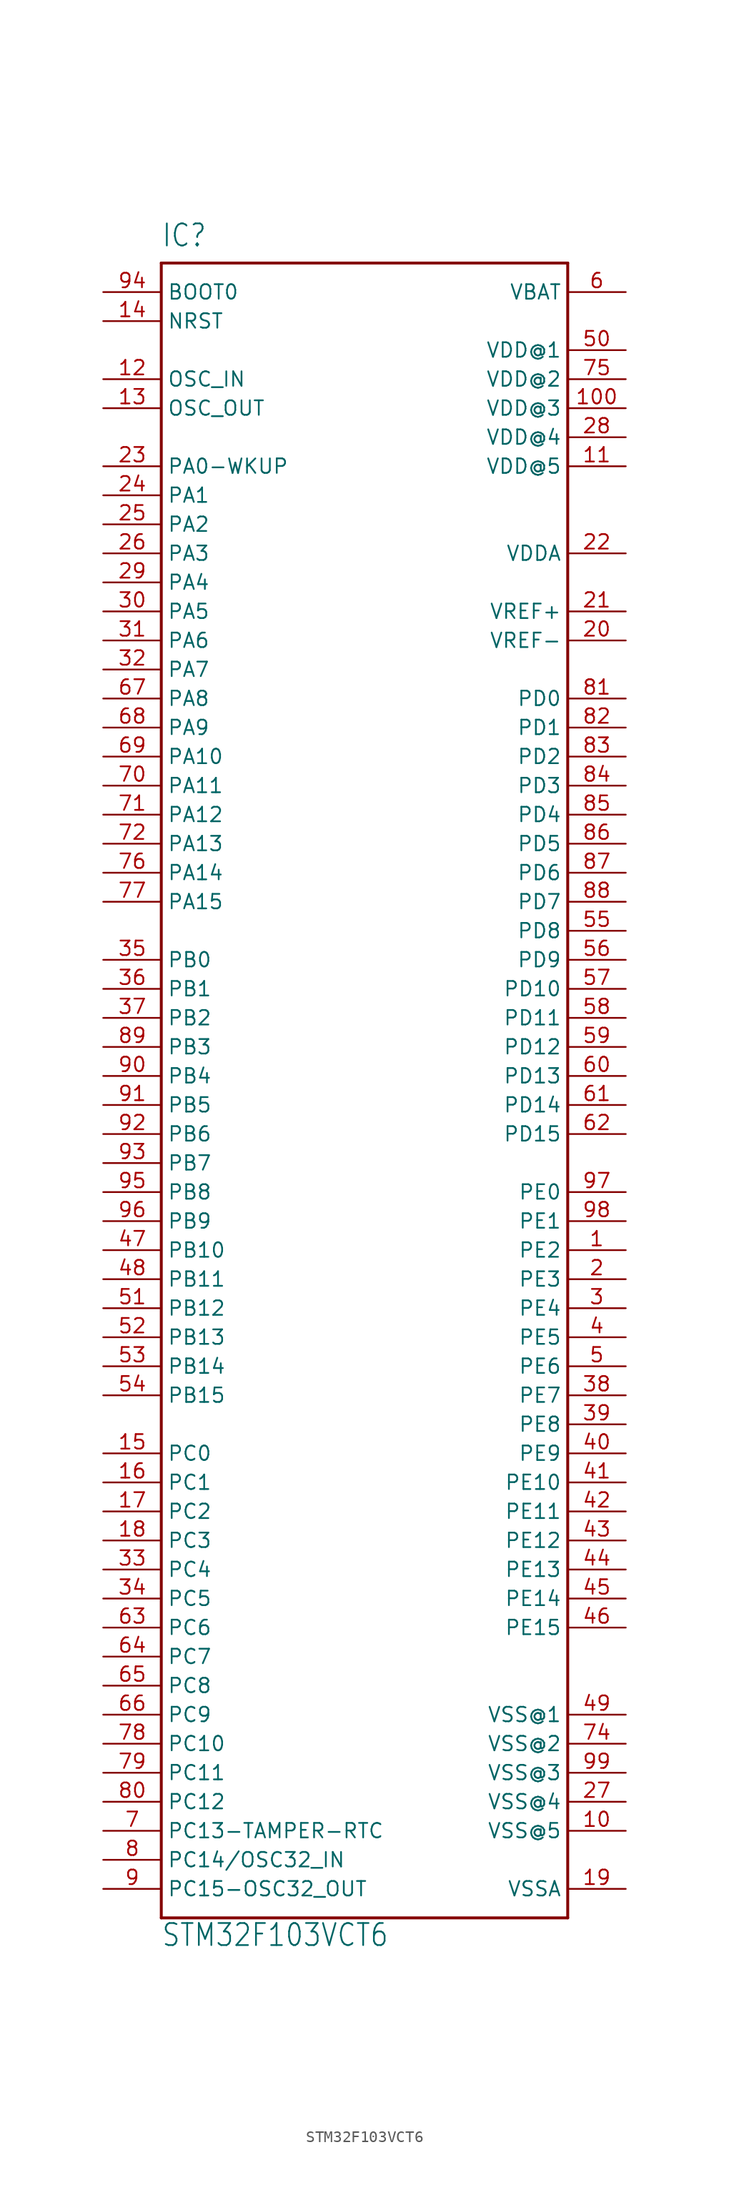
<source format=kicad_sym>
(kicad_symbol_lib
  (version 20211014)
  (generator kicad_symbol_editor)
  (symbol "STM32F103VCT6"
    (property "Reference" "IC"
      (at -17.786 80.033 0)
      (effects (font (size 1.93 1.641)) (justify left bottom)))
    (property "Value" "STM32F103VCT6"
      (at -17.799 -68.661 0)
      (effects (font (size 1.93 1.641)) (justify left bottom)))
    (property "ki_locked" ""
      (at 0 0 0)
      (effects (font (size 1.27 1.27))))
    (symbol "STM32F103VCT6_1_0"
      (polyline (pts (xy -17.78 -66.04) (xy 17.78 -66.04)) (stroke (width 0.254) (type default) (color 0 0 0 0)) (fill (type none)))
      (polyline (pts (xy -17.78 78.74) (xy -17.78 -66.04)) (stroke (width 0.254) (type default) (color 0 0 0 0)) (fill (type none)))
      (polyline (pts (xy 17.78 -66.04) (xy 17.78 78.74)) (stroke (width 0.254) (type default) (color 0 0 0 0)) (fill (type none)))
      (polyline (pts (xy 17.78 78.74) (xy -17.78 78.74)) (stroke (width 0.254) (type default) (color 0 0 0 0)) (fill (type none)))
      (pin bidirectional line (at 22.86 -7.62 180) (length 5.08) (name "PE2" (effects (font (size 1.27 1.27)))) (number "1" (effects (font (size 1.27 1.27)))))
      (pin power_in line (at 22.86 -58.42 180) (length 5.08) (name "VSS@5" (effects (font (size 1.27 1.27)))) (number "10" (effects (font (size 1.27 1.27)))))
      (pin power_in line (at 22.86 66.04 180) (length 5.08) (name "VDD@3" (effects (font (size 1.27 1.27)))) (number "100" (effects (font (size 1.27 1.27)))))
      (pin power_in line (at 22.86 60.96 180) (length 5.08) (name "VDD@5" (effects (font (size 1.27 1.27)))) (number "11" (effects (font (size 1.27 1.27)))))
      (pin input line (at -22.86 68.58 0) (length 5.08) (name "OSC_IN" (effects (font (size 1.27 1.27)))) (number "12" (effects (font (size 1.27 1.27)))))
      (pin output line (at -22.86 66.04 0) (length 5.08) (name "OSC_OUT" (effects (font (size 1.27 1.27)))) (number "13" (effects (font (size 1.27 1.27)))))
      (pin bidirectional line (at -22.86 73.66 0) (length 5.08) (name "NRST" (effects (font (size 1.27 1.27)))) (number "14" (effects (font (size 1.27 1.27)))))
      (pin bidirectional line (at -22.86 -25.4 0) (length 5.08) (name "PC0" (effects (font (size 1.27 1.27)))) (number "15" (effects (font (size 1.27 1.27)))))
      (pin bidirectional line (at -22.86 -27.94 0) (length 5.08) (name "PC1" (effects (font (size 1.27 1.27)))) (number "16" (effects (font (size 1.27 1.27)))))
      (pin bidirectional line (at -22.86 -30.48 0) (length 5.08) (name "PC2" (effects (font (size 1.27 1.27)))) (number "17" (effects (font (size 1.27 1.27)))))
      (pin bidirectional line (at -22.86 -33.02 0) (length 5.08) (name "PC3" (effects (font (size 1.27 1.27)))) (number "18" (effects (font (size 1.27 1.27)))))
      (pin power_in line (at 22.86 -63.5 180) (length 5.08) (name "VSSA" (effects (font (size 1.27 1.27)))) (number "19" (effects (font (size 1.27 1.27)))))
      (pin bidirectional line (at 22.86 -10.16 180) (length 5.08) (name "PE3" (effects (font (size 1.27 1.27)))) (number "2" (effects (font (size 1.27 1.27)))))
      (pin power_in line (at 22.86 45.72 180) (length 5.08) (name "VREF-" (effects (font (size 1.27 1.27)))) (number "20" (effects (font (size 1.27 1.27)))))
      (pin power_in line (at 22.86 48.26 180) (length 5.08) (name "VREF+" (effects (font (size 1.27 1.27)))) (number "21" (effects (font (size 1.27 1.27)))))
      (pin power_in line (at 22.86 53.34 180) (length 5.08) (name "VDDA" (effects (font (size 1.27 1.27)))) (number "22" (effects (font (size 1.27 1.27)))))
      (pin bidirectional line (at -22.86 60.96 0) (length 5.08) (name "PA0-WKUP" (effects (font (size 1.27 1.27)))) (number "23" (effects (font (size 1.27 1.27)))))
      (pin bidirectional line (at -22.86 58.42 0) (length 5.08) (name "PA1" (effects (font (size 1.27 1.27)))) (number "24" (effects (font (size 1.27 1.27)))))
      (pin bidirectional line (at -22.86 55.88 0) (length 5.08) (name "PA2" (effects (font (size 1.27 1.27)))) (number "25" (effects (font (size 1.27 1.27)))))
      (pin bidirectional line (at -22.86 53.34 0) (length 5.08) (name "PA3" (effects (font (size 1.27 1.27)))) (number "26" (effects (font (size 1.27 1.27)))))
      (pin power_in line (at 22.86 -55.88 180) (length 5.08) (name "VSS@4" (effects (font (size 1.27 1.27)))) (number "27" (effects (font (size 1.27 1.27)))))
      (pin power_in line (at 22.86 63.5 180) (length 5.08) (name "VDD@4" (effects (font (size 1.27 1.27)))) (number "28" (effects (font (size 1.27 1.27)))))
      (pin bidirectional line (at -22.86 50.8 0) (length 5.08) (name "PA4" (effects (font (size 1.27 1.27)))) (number "29" (effects (font (size 1.27 1.27)))))
      (pin bidirectional line (at 22.86 -12.7 180) (length 5.08) (name "PE4" (effects (font (size 1.27 1.27)))) (number "3" (effects (font (size 1.27 1.27)))))
      (pin bidirectional line (at -22.86 48.26 0) (length 5.08) (name "PA5" (effects (font (size 1.27 1.27)))) (number "30" (effects (font (size 1.27 1.27)))))
      (pin bidirectional line (at -22.86 45.72 0) (length 5.08) (name "PA6" (effects (font (size 1.27 1.27)))) (number "31" (effects (font (size 1.27 1.27)))))
      (pin bidirectional line (at -22.86 43.18 0) (length 5.08) (name "PA7" (effects (font (size 1.27 1.27)))) (number "32" (effects (font (size 1.27 1.27)))))
      (pin bidirectional line (at -22.86 -35.56 0) (length 5.08) (name "PC4" (effects (font (size 1.27 1.27)))) (number "33" (effects (font (size 1.27 1.27)))))
      (pin bidirectional line (at -22.86 -38.1 0) (length 5.08) (name "PC5" (effects (font (size 1.27 1.27)))) (number "34" (effects (font (size 1.27 1.27)))))
      (pin bidirectional line (at -22.86 17.78 0) (length 5.08) (name "PB0" (effects (font (size 1.27 1.27)))) (number "35" (effects (font (size 1.27 1.27)))))
      (pin bidirectional line (at -22.86 15.24 0) (length 5.08) (name "PB1" (effects (font (size 1.27 1.27)))) (number "36" (effects (font (size 1.27 1.27)))))
      (pin bidirectional line (at -22.86 12.7 0) (length 5.08) (name "PB2" (effects (font (size 1.27 1.27)))) (number "37" (effects (font (size 1.27 1.27)))))
      (pin bidirectional line (at 22.86 -20.32 180) (length 5.08) (name "PE7" (effects (font (size 1.27 1.27)))) (number "38" (effects (font (size 1.27 1.27)))))
      (pin bidirectional line (at 22.86 -22.86 180) (length 5.08) (name "PE8" (effects (font (size 1.27 1.27)))) (number "39" (effects (font (size 1.27 1.27)))))
      (pin bidirectional line (at 22.86 -15.24 180) (length 5.08) (name "PE5" (effects (font (size 1.27 1.27)))) (number "4" (effects (font (size 1.27 1.27)))))
      (pin bidirectional line (at 22.86 -25.4 180) (length 5.08) (name "PE9" (effects (font (size 1.27 1.27)))) (number "40" (effects (font (size 1.27 1.27)))))
      (pin bidirectional line (at 22.86 -27.94 180) (length 5.08) (name "PE10" (effects (font (size 1.27 1.27)))) (number "41" (effects (font (size 1.27 1.27)))))
      (pin bidirectional line (at 22.86 -30.48 180) (length 5.08) (name "PE11" (effects (font (size 1.27 1.27)))) (number "42" (effects (font (size 1.27 1.27)))))
      (pin bidirectional line (at 22.86 -33.02 180) (length 5.08) (name "PE12" (effects (font (size 1.27 1.27)))) (number "43" (effects (font (size 1.27 1.27)))))
      (pin bidirectional line (at 22.86 -35.56 180) (length 5.08) (name "PE13" (effects (font (size 1.27 1.27)))) (number "44" (effects (font (size 1.27 1.27)))))
      (pin bidirectional line (at 22.86 -38.1 180) (length 5.08) (name "PE14" (effects (font (size 1.27 1.27)))) (number "45" (effects (font (size 1.27 1.27)))))
      (pin bidirectional line (at 22.86 -40.64 180) (length 5.08) (name "PE15" (effects (font (size 1.27 1.27)))) (number "46" (effects (font (size 1.27 1.27)))))
      (pin bidirectional line (at -22.86 -7.62 0) (length 5.08) (name "PB10" (effects (font (size 1.27 1.27)))) (number "47" (effects (font (size 1.27 1.27)))))
      (pin bidirectional line (at -22.86 -10.16 0) (length 5.08) (name "PB11" (effects (font (size 1.27 1.27)))) (number "48" (effects (font (size 1.27 1.27)))))
      (pin power_in line (at 22.86 -48.26 180) (length 5.08) (name "VSS@1" (effects (font (size 1.27 1.27)))) (number "49" (effects (font (size 1.27 1.27)))))
      (pin bidirectional line (at 22.86 -17.78 180) (length 5.08) (name "PE6" (effects (font (size 1.27 1.27)))) (number "5" (effects (font (size 1.27 1.27)))))
      (pin power_in line (at 22.86 71.12 180) (length 5.08) (name "VDD@1" (effects (font (size 1.27 1.27)))) (number "50" (effects (font (size 1.27 1.27)))))
      (pin bidirectional line (at -22.86 -12.7 0) (length 5.08) (name "PB12" (effects (font (size 1.27 1.27)))) (number "51" (effects (font (size 1.27 1.27)))))
      (pin bidirectional line (at -22.86 -15.24 0) (length 5.08) (name "PB13" (effects (font (size 1.27 1.27)))) (number "52" (effects (font (size 1.27 1.27)))))
      (pin bidirectional line (at -22.86 -17.78 0) (length 5.08) (name "PB14" (effects (font (size 1.27 1.27)))) (number "53" (effects (font (size 1.27 1.27)))))
      (pin bidirectional line (at -22.86 -20.32 0) (length 5.08) (name "PB15" (effects (font (size 1.27 1.27)))) (number "54" (effects (font (size 1.27 1.27)))))
      (pin bidirectional line (at 22.86 20.32 180) (length 5.08) (name "PD8" (effects (font (size 1.27 1.27)))) (number "55" (effects (font (size 1.27 1.27)))))
      (pin bidirectional line (at 22.86 17.78 180) (length 5.08) (name "PD9" (effects (font (size 1.27 1.27)))) (number "56" (effects (font (size 1.27 1.27)))))
      (pin bidirectional line (at 22.86 15.24 180) (length 5.08) (name "PD10" (effects (font (size 1.27 1.27)))) (number "57" (effects (font (size 1.27 1.27)))))
      (pin bidirectional line (at 22.86 12.7 180) (length 5.08) (name "PD11" (effects (font (size 1.27 1.27)))) (number "58" (effects (font (size 1.27 1.27)))))
      (pin bidirectional line (at 22.86 10.16 180) (length 5.08) (name "PD12" (effects (font (size 1.27 1.27)))) (number "59" (effects (font (size 1.27 1.27)))))
      (pin power_in line (at 22.86 76.2 180) (length 5.08) (name "VBAT" (effects (font (size 1.27 1.27)))) (number "6" (effects (font (size 1.27 1.27)))))
      (pin bidirectional line (at 22.86 7.62 180) (length 5.08) (name "PD13" (effects (font (size 1.27 1.27)))) (number "60" (effects (font (size 1.27 1.27)))))
      (pin bidirectional line (at 22.86 5.08 180) (length 5.08) (name "PD14" (effects (font (size 1.27 1.27)))) (number "61" (effects (font (size 1.27 1.27)))))
      (pin bidirectional line (at 22.86 2.54 180) (length 5.08) (name "PD15" (effects (font (size 1.27 1.27)))) (number "62" (effects (font (size 1.27 1.27)))))
      (pin bidirectional line (at -22.86 -40.64 0) (length 5.08) (name "PC6" (effects (font (size 1.27 1.27)))) (number "63" (effects (font (size 1.27 1.27)))))
      (pin bidirectional line (at -22.86 -43.18 0) (length 5.08) (name "PC7" (effects (font (size 1.27 1.27)))) (number "64" (effects (font (size 1.27 1.27)))))
      (pin bidirectional line (at -22.86 -45.72 0) (length 5.08) (name "PC8" (effects (font (size 1.27 1.27)))) (number "65" (effects (font (size 1.27 1.27)))))
      (pin bidirectional line (at -22.86 -48.26 0) (length 5.08) (name "PC9" (effects (font (size 1.27 1.27)))) (number "66" (effects (font (size 1.27 1.27)))))
      (pin bidirectional line (at -22.86 40.64 0) (length 5.08) (name "PA8" (effects (font (size 1.27 1.27)))) (number "67" (effects (font (size 1.27 1.27)))))
      (pin bidirectional line (at -22.86 38.1 0) (length 5.08) (name "PA9" (effects (font (size 1.27 1.27)))) (number "68" (effects (font (size 1.27 1.27)))))
      (pin bidirectional line (at -22.86 35.56 0) (length 5.08) (name "PA10" (effects (font (size 1.27 1.27)))) (number "69" (effects (font (size 1.27 1.27)))))
      (pin bidirectional line (at -22.86 -58.42 0) (length 5.08) (name "PC13-TAMPER-RTC" (effects (font (size 1.27 1.27)))) (number "7" (effects (font (size 1.27 1.27)))))
      (pin bidirectional line (at -22.86 33.02 0) (length 5.08) (name "PA11" (effects (font (size 1.27 1.27)))) (number "70" (effects (font (size 1.27 1.27)))))
      (pin bidirectional line (at -22.86 30.48 0) (length 5.08) (name "PA12" (effects (font (size 1.27 1.27)))) (number "71" (effects (font (size 1.27 1.27)))))
      (pin bidirectional line (at -22.86 27.94 0) (length 5.08) (name "PA13" (effects (font (size 1.27 1.27)))) (number "72" (effects (font (size 1.27 1.27)))))
      (pin power_in line (at 22.86 -50.8 180) (length 5.08) (name "VSS@2" (effects (font (size 1.27 1.27)))) (number "74" (effects (font (size 1.27 1.27)))))
      (pin power_in line (at 22.86 68.58 180) (length 5.08) (name "VDD@2" (effects (font (size 1.27 1.27)))) (number "75" (effects (font (size 1.27 1.27)))))
      (pin bidirectional line (at -22.86 25.4 0) (length 5.08) (name "PA14" (effects (font (size 1.27 1.27)))) (number "76" (effects (font (size 1.27 1.27)))))
      (pin bidirectional line (at -22.86 22.86 0) (length 5.08) (name "PA15" (effects (font (size 1.27 1.27)))) (number "77" (effects (font (size 1.27 1.27)))))
      (pin bidirectional line (at -22.86 -50.8 0) (length 5.08) (name "PC10" (effects (font (size 1.27 1.27)))) (number "78" (effects (font (size 1.27 1.27)))))
      (pin bidirectional line (at -22.86 -53.34 0) (length 5.08) (name "PC11" (effects (font (size 1.27 1.27)))) (number "79" (effects (font (size 1.27 1.27)))))
      (pin bidirectional line (at -22.86 -60.96 0) (length 5.08) (name "PC14/OSC32_IN" (effects (font (size 1.27 1.27)))) (number "8" (effects (font (size 1.27 1.27)))))
      (pin bidirectional line (at -22.86 -55.88 0) (length 5.08) (name "PC12" (effects (font (size 1.27 1.27)))) (number "80" (effects (font (size 1.27 1.27)))))
      (pin bidirectional line (at 22.86 40.64 180) (length 5.08) (name "PD0" (effects (font (size 1.27 1.27)))) (number "81" (effects (font (size 1.27 1.27)))))
      (pin bidirectional line (at 22.86 38.1 180) (length 5.08) (name "PD1" (effects (font (size 1.27 1.27)))) (number "82" (effects (font (size 1.27 1.27)))))
      (pin bidirectional line (at 22.86 35.56 180) (length 5.08) (name "PD2" (effects (font (size 1.27 1.27)))) (number "83" (effects (font (size 1.27 1.27)))))
      (pin bidirectional line (at 22.86 33.02 180) (length 5.08) (name "PD3" (effects (font (size 1.27 1.27)))) (number "84" (effects (font (size 1.27 1.27)))))
      (pin bidirectional line (at 22.86 30.48 180) (length 5.08) (name "PD4" (effects (font (size 1.27 1.27)))) (number "85" (effects (font (size 1.27 1.27)))))
      (pin bidirectional line (at 22.86 27.94 180) (length 5.08) (name "PD5" (effects (font (size 1.27 1.27)))) (number "86" (effects (font (size 1.27 1.27)))))
      (pin bidirectional line (at 22.86 25.4 180) (length 5.08) (name "PD6" (effects (font (size 1.27 1.27)))) (number "87" (effects (font (size 1.27 1.27)))))
      (pin bidirectional line (at 22.86 22.86 180) (length 5.08) (name "PD7" (effects (font (size 1.27 1.27)))) (number "88" (effects (font (size 1.27 1.27)))))
      (pin bidirectional line (at -22.86 10.16 0) (length 5.08) (name "PB3" (effects (font (size 1.27 1.27)))) (number "89" (effects (font (size 1.27 1.27)))))
      (pin bidirectional line (at -22.86 -63.5 0) (length 5.08) (name "PC15-OSC32_OUT" (effects (font (size 1.27 1.27)))) (number "9" (effects (font (size 1.27 1.27)))))
      (pin bidirectional line (at -22.86 7.62 0) (length 5.08) (name "PB4" (effects (font (size 1.27 1.27)))) (number "90" (effects (font (size 1.27 1.27)))))
      (pin bidirectional line (at -22.86 5.08 0) (length 5.08) (name "PB5" (effects (font (size 1.27 1.27)))) (number "91" (effects (font (size 1.27 1.27)))))
      (pin bidirectional line (at -22.86 2.54 0) (length 5.08) (name "PB6" (effects (font (size 1.27 1.27)))) (number "92" (effects (font (size 1.27 1.27)))))
      (pin bidirectional line (at -22.86 0 0) (length 5.08) (name "PB7" (effects (font (size 1.27 1.27)))) (number "93" (effects (font (size 1.27 1.27)))))
      (pin input line (at -22.86 76.2 0) (length 5.08) (name "BOOT0" (effects (font (size 1.27 1.27)))) (number "94" (effects (font (size 1.27 1.27)))))
      (pin bidirectional line (at -22.86 -2.54 0) (length 5.08) (name "PB8" (effects (font (size 1.27 1.27)))) (number "95" (effects (font (size 1.27 1.27)))))
      (pin bidirectional line (at -22.86 -5.08 0) (length 5.08) (name "PB9" (effects (font (size 1.27 1.27)))) (number "96" (effects (font (size 1.27 1.27)))))
      (pin bidirectional line (at 22.86 -2.54 180) (length 5.08) (name "PE0" (effects (font (size 1.27 1.27)))) (number "97" (effects (font (size 1.27 1.27)))))
      (pin bidirectional line (at 22.86 -5.08 180) (length 5.08) (name "PE1" (effects (font (size 1.27 1.27)))) (number "98" (effects (font (size 1.27 1.27)))))
      (pin power_in line (at 22.86 -53.34 180) (length 5.08) (name "VSS@3" (effects (font (size 1.27 1.27)))) (number "99" (effects (font (size 1.27 1.27))))))))
</source>
